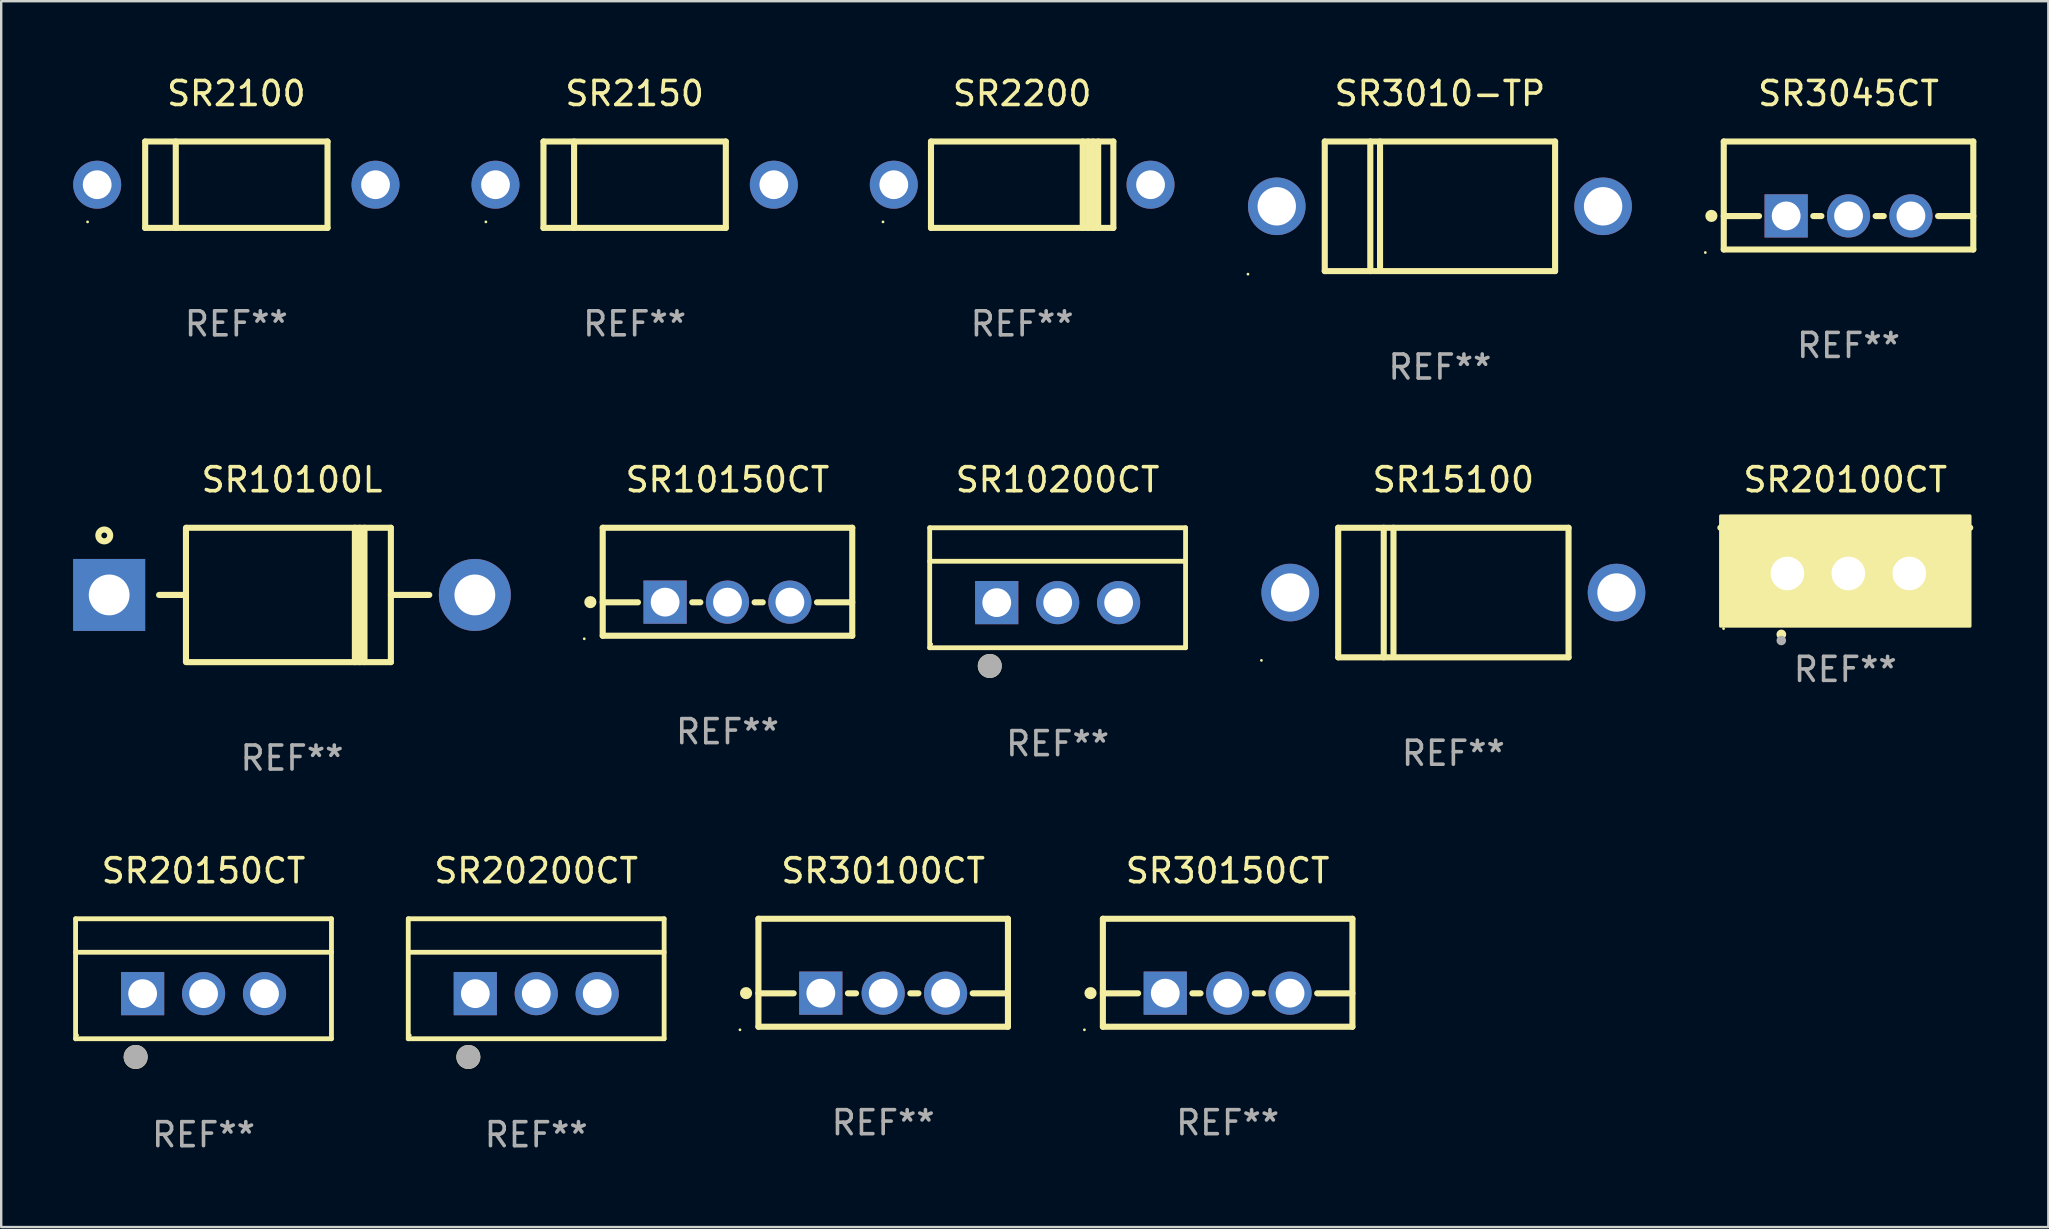
<source format=kicad_pcb>
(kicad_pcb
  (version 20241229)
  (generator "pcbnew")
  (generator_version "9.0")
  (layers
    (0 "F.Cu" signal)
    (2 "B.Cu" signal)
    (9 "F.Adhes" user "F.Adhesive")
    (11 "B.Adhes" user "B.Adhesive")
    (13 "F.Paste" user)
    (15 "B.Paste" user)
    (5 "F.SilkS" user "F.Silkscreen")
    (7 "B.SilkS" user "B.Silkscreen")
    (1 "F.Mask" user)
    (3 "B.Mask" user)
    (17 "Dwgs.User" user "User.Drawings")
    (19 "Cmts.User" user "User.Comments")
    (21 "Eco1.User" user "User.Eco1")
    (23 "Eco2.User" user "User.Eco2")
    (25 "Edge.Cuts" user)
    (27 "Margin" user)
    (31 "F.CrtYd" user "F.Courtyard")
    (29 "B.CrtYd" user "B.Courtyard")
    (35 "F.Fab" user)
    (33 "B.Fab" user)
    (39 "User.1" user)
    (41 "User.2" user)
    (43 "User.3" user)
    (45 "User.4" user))
  (footprint "SR20150CT"
    (layer "F.Cu")
    (at 5.432 37.741)
    (property "Reference" "SR20150CT" (at 0 -4.5 0) (layer "F.SilkS") (effects (font (size 1 1) (thickness 0.15))))
    (attr through_hole)
    (fp_line (start -5.332 2.5) (end -5.332 -2.5) (stroke (width 0.201) (type solid)) (layer "F.SilkS"))
    (fp_line (start -5.328 -2.5) (end 5.332 -2.5) (stroke (width 0.201) (type solid)) (layer "F.SilkS"))
    (fp_line (start -5.328 -1.104) (end 5.332 -1.104) (stroke (width 0.201) (type solid)) (layer "F.SilkS"))
    (fp_line (start 5.332 -2.5) (end 5.332 2.5) (stroke (width 0.201) (type solid)) (layer "F.SilkS"))
    (fp_line (start 5.332 2.5) (end -5.332 2.5) (stroke (width 0.201) (type solid)) (layer "F.SilkS"))
    (fp_circle (center -5.248 2.35) (end -5.218 2.35) (stroke (width 0.06) (type solid)) (fill no) (layer "F.SilkS"))
    (fp_circle (center -2.828 3.26) (end -2.578 3.26) (stroke (width 0.5) (type solid)) (fill no) (layer "F.SilkS"))
    (fp_circle (center -2.828 3.26) (end -2.578 3.26) (stroke (width 0.5) (type solid)) (fill no) (layer "F.Fab"))
    (fp_text user "REF**" (at 0 6.5 0) (layer "F.Fab") (effects (font (size 1 1) (thickness 0.15))))
    (pad "1" thru_hole rect (at -2.538 0.62) (size 1.8 1.8) (drill 1.2) (layers "*.Cu" "*.Mask"))
    (pad "2" thru_hole circle (at 0.002 0.62) (size 1.8 1.8) (drill 1.2) (layers "*.Cu" "*.Mask"))
    (pad "3" thru_hole circle (at 2.542 0.62) (size 1.8 1.8) (drill 1.2) (layers "*.Cu" "*.Mask")))
  (footprint "SR20100CT"
    (layer "F.Cu")
    (at 73.855 19.897)
    (property "Reference" "SR20100CT" (at 0 -2.953 0) (layer "F.SilkS") (effects (font (size 1 1) (thickness 0.15))))
    (attr through_hole)
    (fp_line (start 5.207 -0.953) (end -5.207 -0.953) (stroke (width 0.254) (type solid)) (layer "F.SilkS"))
    (fp_arc (start -2.66698 3.49252) (mid -2.66571 3.492516) (end -2.66444 3.49252) (stroke (width 0.4) (type solid)) (layer "F.SilkS"))
    (fp_circle (center -5.073 3.252) (end -5.043 3.252) (stroke (width 0.06) (type solid)) (fill no) (layer "F.SilkS"))
    (fp_poly (pts (xy -5.2 -1.448) (xy 5.2 -1.448) (xy 5.2 3.152) (xy -5.2 3.152)) (stroke (width 0.12) (type solid)) (fill yes) (layer "F.SilkS"))
    (fp_circle (center -2.667 3.747) (end -2.567 3.747) (stroke (width 0.2) (type solid)) (fill no) (layer "F.Fab"))
    (fp_text user "REF**" (at 0 4.953 0) (layer "F.Fab") (effects (font (size 1 1) (thickness 0.15))))
    (pad "1" thru_hole rect (at -2.413 0.953) (size 2 2.5) (drill 1.4) (layers "*.Cu" "*.Mask"))
    (pad "2" thru_hole oval (at 0.127 0.953) (size 2 2.5) (drill 1.4) (layers "*.Cu" "*.Mask"))
    (pad "3" thru_hole oval (at 2.667 0.953) (size 2 2.5) (drill 1.4) (layers "*.Cu" "*.Mask")))
  (footprint "SR3045CT"
    (layer "F.Cu")
    (at 73.99 5.098)
    (property "Reference" "SR3045CT" (at 0 -4.25 0) (layer "F.SilkS") (effects (font (size 1 1) (thickness 0.15))))
    (attr through_hole)
    (fp_line (start -5.2 -2.25) (end -5.2 2.25) (stroke (width 0.254) (type solid)) (layer "F.SilkS"))
    (fp_line (start -5.2 -2.25) (end 5.2 -2.25) (stroke (width 0.254) (type solid)) (layer "F.SilkS"))
    (fp_line (start -5.2 0.857) (end -3.731 0.857) (stroke (width 0.254) (type solid)) (layer "F.SilkS"))
    (fp_line (start -5.2 2.25) (end 5.2 2.25) (stroke (width 0.254) (type solid)) (layer "F.SilkS"))
    (fp_line (start -1.469 0.857) (end -1.131 0.857) (stroke (width 0.254) (type solid)) (layer "F.SilkS"))
    (fp_line (start 1.131 0.857) (end 1.469 0.857) (stroke (width 0.254) (type solid)) (layer "F.SilkS"))
    (fp_line (start 3.731 0.857) (end 5.2 0.857) (stroke (width 0.254) (type solid)) (layer "F.SilkS"))
    (fp_line (start 5.2 -2.25) (end 5.2 2.25) (stroke (width 0.254) (type solid)) (layer "F.SilkS"))
    (fp_circle (center -5.969 2.377) (end -5.939 2.377) (stroke (width 0.06) (type solid)) (fill no) (layer "F.SilkS"))
    (fp_circle (center -5.715 0.85) (end -5.588 0.85) (stroke (width 0.254) (type solid)) (fill no) (layer "F.SilkS"))
    (fp_text user "REF**" (at 0 6.25 0) (layer "F.Fab") (effects (font (size 1 1) (thickness 0.15))))
    (pad "1" thru_hole rect (at -2.6 0.85) (size 1.8 1.8) (drill 1.2) (layers "*.Cu" "*.Mask"))
    (pad "2" thru_hole circle (at 0 0.85) (size 1.8 1.8) (drill 1.2) (layers "*.Cu" "*.Mask"))
    (pad "3" thru_hole circle (at 2.6 0.85) (size 1.8 1.8) (drill 1.2) (layers "*.Cu" "*.Mask")))
  (footprint "SR30100CT"
    (layer "F.Cu")
    (at 33.758 37.491)
    (property "Reference" "SR30100CT" (at 0 -4.25 0) (layer "F.SilkS") (effects (font (size 1 1) (thickness 0.15))))
    (attr through_hole)
    (fp_line (start -5.2 -2.25) (end -5.2 2.25) (stroke (width 0.254) (type solid)) (layer "F.SilkS"))
    (fp_line (start -5.2 -2.25) (end 5.2 -2.25) (stroke (width 0.254) (type solid)) (layer "F.SilkS"))
    (fp_line (start -5.2 0.857) (end -3.731 0.857) (stroke (width 0.254) (type solid)) (layer "F.SilkS"))
    (fp_line (start -5.2 2.25) (end 5.2 2.25) (stroke (width 0.254) (type solid)) (layer "F.SilkS"))
    (fp_line (start -1.469 0.857) (end -1.131 0.857) (stroke (width 0.254) (type solid)) (layer "F.SilkS"))
    (fp_line (start 1.131 0.857) (end 1.469 0.857) (stroke (width 0.254) (type solid)) (layer "F.SilkS"))
    (fp_line (start 3.731 0.857) (end 5.2 0.857) (stroke (width 0.254) (type solid)) (layer "F.SilkS"))
    (fp_line (start 5.2 -2.25) (end 5.2 2.25) (stroke (width 0.254) (type solid)) (layer "F.SilkS"))
    (fp_circle (center -5.969 2.377) (end -5.939 2.377) (stroke (width 0.06) (type solid)) (fill no) (layer "F.SilkS"))
    (fp_circle (center -5.715 0.85) (end -5.588 0.85) (stroke (width 0.254) (type solid)) (fill no) (layer "F.SilkS"))
    (fp_text user "REF**" (at 0 6.25 0) (layer "F.Fab") (effects (font (size 1 1) (thickness 0.15))))
    (pad "1" thru_hole rect (at -2.6 0.85) (size 1.8 1.8) (drill 1.2) (layers "*.Cu" "*.Mask"))
    (pad "2" thru_hole circle (at 0 0.85) (size 1.8 1.8) (drill 1.2) (layers "*.Cu" "*.Mask"))
    (pad "3" thru_hole circle (at 2.6 0.85) (size 1.8 1.8) (drill 1.2) (layers "*.Cu" "*.Mask")))
  (footprint "SR3010-TP"
    (layer "F.Cu")
    (at 56.961 5.548)
    (property "Reference" "SR3010-TP" (at 0 -4.7 0) (layer "F.SilkS") (effects (font (size 1 1) (thickness 0.15))))
    (attr through_hole)
    (fp_line (start -4.8 -2.7) (end -4.8 2.7) (stroke (width 0.254) (type solid)) (layer "F.SilkS"))
    (fp_line (start -4.8 -2.7) (end 4.8 -2.7) (stroke (width 0.254) (type solid)) (layer "F.SilkS"))
    (fp_line (start -2.902 -2.7) (end -2.902 2.7) (stroke (width 0.254) (type solid)) (layer "F.SilkS"))
    (fp_line (start -2.496 -2.7) (end -2.496 2.54) (stroke (width 0.254) (type solid)) (layer "F.SilkS"))
    (fp_line (start 4.8 -2.7) (end 4.8 2.7) (stroke (width 0.254) (type solid)) (layer "F.SilkS"))
    (fp_line (start 4.8 2.7) (end -4.8 2.7) (stroke (width 0.254) (type solid)) (layer "F.SilkS"))
    (fp_circle (center -8 2.827) (end -7.97 2.827) (stroke (width 0.06) (type solid)) (fill no) (layer "F.SilkS"))
    (fp_text user "REF**" (at 0 6.7 0) (layer "F.Fab") (effects (font (size 1 1) (thickness 0.15))))
    (pad "1" thru_hole circle (at -6.8 0) (size 2.4 2.4) (drill 1.6) (layers "*.Cu" "*.Mask"))
    (pad "2" thru_hole circle (at 6.8 0) (size 2.4 2.4) (drill 1.6) (layers "*.Cu" "*.Mask")))
  (footprint "SR10150CT"
    (layer "F.Cu")
    (at 27.269 21.195)
    (property "Reference" "SR10150CT" (at 0 -4.25 0) (layer "F.SilkS") (effects (font (size 1 1) (thickness 0.15))))
    (attr through_hole)
    (fp_line (start -5.2 -2.25) (end -5.2 2.25) (stroke (width 0.254) (type solid)) (layer "F.SilkS"))
    (fp_line (start -5.2 -2.25) (end 5.2 -2.25) (stroke (width 0.254) (type solid)) (layer "F.SilkS"))
    (fp_line (start -5.2 0.857) (end -3.731 0.857) (stroke (width 0.254) (type solid)) (layer "F.SilkS"))
    (fp_line (start -5.2 2.25) (end 5.2 2.25) (stroke (width 0.254) (type solid)) (layer "F.SilkS"))
    (fp_line (start -1.469 0.857) (end -1.131 0.857) (stroke (width 0.254) (type solid)) (layer "F.SilkS"))
    (fp_line (start 1.131 0.857) (end 1.469 0.857) (stroke (width 0.254) (type solid)) (layer "F.SilkS"))
    (fp_line (start 3.731 0.857) (end 5.2 0.857) (stroke (width 0.254) (type solid)) (layer "F.SilkS"))
    (fp_line (start 5.2 -2.25) (end 5.2 2.25) (stroke (width 0.254) (type solid)) (layer "F.SilkS"))
    (fp_circle (center -5.969 2.377) (end -5.939 2.377) (stroke (width 0.06) (type solid)) (fill no) (layer "F.SilkS"))
    (fp_circle (center -5.715 0.85) (end -5.588 0.85) (stroke (width 0.254) (type solid)) (fill no) (layer "F.SilkS"))
    (fp_text user "REF**" (at 0 6.25 0) (layer "F.Fab") (effects (font (size 1 1) (thickness 0.15))))
    (pad "1" thru_hole rect (at -2.6 0.85) (size 1.8 1.8) (drill 1.2) (layers "*.Cu" "*.Mask"))
    (pad "2" thru_hole circle (at 0 0.85) (size 1.8 1.8) (drill 1.2) (layers "*.Cu" "*.Mask"))
    (pad "3" thru_hole circle (at 2.6 0.85) (size 1.8 1.8) (drill 1.2) (layers "*.Cu" "*.Mask")))
  (footprint "SR2100"
    (layer "F.Cu")
    (at 6.8 4.648)
    (property "Reference" "SR2100" (at 0 -3.8 0) (layer "F.SilkS") (effects (font (size 1 1) (thickness 0.15))))
    (attr through_hole)
    (fp_line (start -3.8 -1.8) (end -3.8 1.8) (stroke (width 0.254) (type solid)) (layer "F.SilkS"))
    (fp_line (start -3.8 -1.8) (end 3.8 -1.8) (stroke (width 0.254) (type solid)) (layer "F.SilkS"))
    (fp_line (start -3.8 1.8) (end 3.8 1.8) (stroke (width 0.254) (type solid)) (layer "F.SilkS"))
    (fp_line (start -2.524 -1.8) (end -2.524 1.8) (stroke (width 0.254) (type solid)) (layer "F.SilkS"))
    (fp_line (start 3.8 -1.8) (end 3.8 1.8) (stroke (width 0.254) (type solid)) (layer "F.SilkS"))
    (fp_circle (center -6.2 1.55) (end -6.17 1.55) (stroke (width 0.06) (type solid)) (fill no) (layer "F.SilkS"))
    (fp_text user "REF**" (at 0 5.8 0) (layer "F.Fab") (effects (font (size 1 1) (thickness 0.15))))
    (pad "1" thru_hole circle (at -5.8 0) (size 2 2) (drill 1.2) (layers "*.Cu" "*.Mask"))
    (pad "2" thru_hole circle (at 5.8 0) (size 2 2) (drill 1.2) (layers "*.Cu" "*.Mask")))
  (footprint "SR20200CT"
    (layer "F.Cu")
    (at 19.297 37.741)
    (property "Reference" "SR20200CT" (at 0 -4.5 0) (layer "F.SilkS") (effects (font (size 1 1) (thickness 0.15))))
    (attr through_hole)
    (fp_line (start -5.332 2.5) (end -5.332 -2.5) (stroke (width 0.201) (type solid)) (layer "F.SilkS"))
    (fp_line (start -5.328 -2.5) (end 5.332 -2.5) (stroke (width 0.201) (type solid)) (layer "F.SilkS"))
    (fp_line (start -5.328 -1.104) (end 5.332 -1.104) (stroke (width 0.201) (type solid)) (layer "F.SilkS"))
    (fp_line (start 5.332 -2.5) (end 5.332 2.5) (stroke (width 0.201) (type solid)) (layer "F.SilkS"))
    (fp_line (start 5.332 2.5) (end -5.332 2.5) (stroke (width 0.201) (type solid)) (layer "F.SilkS"))
    (fp_circle (center -5.248 2.35) (end -5.218 2.35) (stroke (width 0.06) (type solid)) (fill no) (layer "F.SilkS"))
    (fp_circle (center -2.828 3.26) (end -2.578 3.26) (stroke (width 0.5) (type solid)) (fill no) (layer "F.SilkS"))
    (fp_circle (center -2.828 3.26) (end -2.578 3.26) (stroke (width 0.5) (type solid)) (fill no) (layer "F.Fab"))
    (fp_text user "REF**" (at 0 6.5 0) (layer "F.Fab") (effects (font (size 1 1) (thickness 0.15))))
    (pad "1" thru_hole rect (at -2.538 0.62) (size 1.8 1.8) (drill 1.2) (layers "*.Cu" "*.Mask"))
    (pad "2" thru_hole circle (at 0.002 0.62) (size 1.8 1.8) (drill 1.2) (layers "*.Cu" "*.Mask"))
    (pad "3" thru_hole circle (at 2.542 0.62) (size 1.8 1.8) (drill 1.2) (layers "*.Cu" "*.Mask")))
  (footprint "SR10100L"
    (layer "F.Cu")
    (at 9.12 21.745)
    (property "Reference" "SR10100L" (at 0 -4.8 0) (layer "F.SilkS") (effects (font (size 1 1) (thickness 0.15))))
    (attr through_hole)
    (fp_line (start -5.54 0) (end -4.44 0) (stroke (width 0.254) (type solid)) (layer "F.SilkS"))
    (fp_line (start -4.42 2.8) (end -4.42 -2.8) (stroke (width 0.254) (type solid)) (layer "F.SilkS"))
    (fp_line (start -4.38 -2.8) (end 4.12 -2.8) (stroke (width 0.254) (type solid)) (layer "F.SilkS"))
    (fp_line (start 2.62 -2.8) (end 2.62 2.8) (stroke (width 0.254) (type solid)) (layer "F.SilkS"))
    (fp_line (start 2.82 -2.8) (end 2.82 2.8) (stroke (width 0.254) (type solid)) (layer "F.SilkS"))
    (fp_line (start 3.02 -2.8) (end 3.02 2.8) (stroke (width 0.254) (type solid)) (layer "F.SilkS"))
    (fp_line (start 4.12 -2.8) (end 4.12 2.8) (stroke (width 0.254) (type solid)) (layer "F.SilkS"))
    (fp_line (start 4.12 0) (end 5.72 0) (stroke (width 0.254) (type solid)) (layer "F.SilkS"))
    (fp_line (start 4.12 2.8) (end -4.38 2.8) (stroke (width 0.254) (type solid)) (layer "F.SilkS"))
    (fp_circle (center -7.825 -2.48) (end -7.705 -2.48) (stroke (width 0.254) (type solid)) (fill no) (layer "F.SilkS"))
    (fp_text user "REF**" (at 0 6.8 0) (layer "F.Fab") (effects (font (size 1 1) (thickness 0.15))))
    (pad "1" thru_hole rect (at -7.62 0 180) (size 3 3) (drill 1.7) (layers "*.Cu" "*.Mask"))
    (pad "2" thru_hole circle (at 7.62 0) (size 3 3) (drill 1.7) (layers "*.Cu" "*.Mask")))
  (footprint "SR2150"
    (layer "F.Cu")
    (at 23.4 4.648)
    (property "Reference" "SR2150" (at 0 -3.8 0) (layer "F.SilkS") (effects (font (size 1 1) (thickness 0.15))))
    (attr through_hole)
    (fp_line (start -3.8 -1.8) (end -3.8 1.8) (stroke (width 0.254) (type solid)) (layer "F.SilkS"))
    (fp_line (start -3.8 -1.8) (end 3.8 -1.8) (stroke (width 0.254) (type solid)) (layer "F.SilkS"))
    (fp_line (start -3.8 1.8) (end 3.8 1.8) (stroke (width 0.254) (type solid)) (layer "F.SilkS"))
    (fp_line (start -2.524 -1.8) (end -2.524 1.8) (stroke (width 0.254) (type solid)) (layer "F.SilkS"))
    (fp_line (start 3.8 -1.8) (end 3.8 1.8) (stroke (width 0.254) (type solid)) (layer "F.SilkS"))
    (fp_circle (center -6.2 1.55) (end -6.17 1.55) (stroke (width 0.06) (type solid)) (fill no) (layer "F.SilkS"))
    (fp_text user "REF**" (at 0 5.8 0) (layer "F.Fab") (effects (font (size 1 1) (thickness 0.15))))
    (pad "1" thru_hole circle (at -5.8 0) (size 2 2) (drill 1.2) (layers "*.Cu" "*.Mask"))
    (pad "2" thru_hole circle (at 5.8 0) (size 2 2) (drill 1.2) (layers "*.Cu" "*.Mask")))
  (footprint "SR15100"
    (layer "F.Cu")
    (at 57.521 21.645)
    (property "Reference" "SR15100" (at 0 -4.7 0) (layer "F.SilkS") (effects (font (size 1 1) (thickness 0.15))))
    (attr through_hole)
    (fp_line (start -4.8 -2.7) (end -4.8 2.7) (stroke (width 0.254) (type solid)) (layer "F.SilkS"))
    (fp_line (start -4.8 -2.7) (end 4.8 -2.7) (stroke (width 0.254) (type solid)) (layer "F.SilkS"))
    (fp_line (start -2.902 -2.7) (end -2.902 2.7) (stroke (width 0.254) (type solid)) (layer "F.SilkS"))
    (fp_line (start -2.496 -2.7) (end -2.496 2.54) (stroke (width 0.254) (type solid)) (layer "F.SilkS"))
    (fp_line (start 4.8 -2.7) (end 4.8 2.7) (stroke (width 0.254) (type solid)) (layer "F.SilkS"))
    (fp_line (start 4.8 2.7) (end -4.8 2.7) (stroke (width 0.254) (type solid)) (layer "F.SilkS"))
    (fp_circle (center -8 2.827) (end -7.97 2.827) (stroke (width 0.06) (type solid)) (fill no) (layer "F.SilkS"))
    (fp_text user "REF**" (at 0 6.7 0) (layer "F.Fab") (effects (font (size 1 1) (thickness 0.15))))
    (pad "1" thru_hole circle (at -6.8 0) (size 2.4 2.4) (drill 1.6) (layers "*.Cu" "*.Mask"))
    (pad "2" thru_hole circle (at 6.8 0) (size 2.4 2.4) (drill 1.6) (layers "*.Cu" "*.Mask")))
  (footprint "SR10200CT"
    (layer "F.Cu")
    (at 41.028 21.445)
    (property "Reference" "SR10200CT" (at 0 -4.5 0) (layer "F.SilkS") (effects (font (size 1 1) (thickness 0.15))))
    (attr through_hole)
    (fp_line (start -5.332 2.5) (end -5.332 -2.5) (stroke (width 0.201) (type solid)) (layer "F.SilkS"))
    (fp_line (start -5.328 -2.5) (end 5.332 -2.5) (stroke (width 0.201) (type solid)) (layer "F.SilkS"))
    (fp_line (start -5.328 -1.104) (end 5.332 -1.104) (stroke (width 0.201) (type solid)) (layer "F.SilkS"))
    (fp_line (start 5.332 -2.5) (end 5.332 2.5) (stroke (width 0.201) (type solid)) (layer "F.SilkS"))
    (fp_line (start 5.332 2.5) (end -5.332 2.5) (stroke (width 0.201) (type solid)) (layer "F.SilkS"))
    (fp_circle (center -5.248 2.35) (end -5.218 2.35) (stroke (width 0.06) (type solid)) (fill no) (layer "F.SilkS"))
    (fp_circle (center -2.828 3.26) (end -2.578 3.26) (stroke (width 0.5) (type solid)) (fill no) (layer "F.SilkS"))
    (fp_circle (center -2.828 3.26) (end -2.578 3.26) (stroke (width 0.5) (type solid)) (fill no) (layer "F.Fab"))
    (fp_text user "REF**" (at 0 6.5 0) (layer "F.Fab") (effects (font (size 1 1) (thickness 0.15))))
    (pad "1" thru_hole rect (at -2.538 0.62) (size 1.8 1.8) (drill 1.2) (layers "*.Cu" "*.Mask"))
    (pad "2" thru_hole circle (at 0.002 0.62) (size 1.8 1.8) (drill 1.2) (layers "*.Cu" "*.Mask"))
    (pad "3" thru_hole circle (at 2.542 0.62) (size 1.8 1.8) (drill 1.2) (layers "*.Cu" "*.Mask")))
  (footprint "SR2200"
    (layer "F.Cu")
    (at 39.55 4.648)
    (property "Reference" "SR2200" (at 0 -3.8 0) (layer "F.SilkS") (effects (font (size 1 1) (thickness 0.15))))
    (attr through_hole)
    (fp_line (start -3.8 1.8) (end -3.8 -1.8) (stroke (width 0.254) (type solid)) (layer "F.SilkS"))
    (fp_line (start 2.524 1.8) (end 2.524 -1.8) (stroke (width 0.254) (type solid)) (layer "F.SilkS"))
    (fp_line (start 2.75 1.8) (end 2.75 -1.8) (stroke (width 0.254) (type solid)) (layer "F.SilkS"))
    (fp_line (start 2.95 -1.8) (end 2.95 1.8) (stroke (width 0.254) (type solid)) (layer "F.SilkS"))
    (fp_line (start 3.168 -1.8) (end 3.168 1.8) (stroke (width 0.254) (type solid)) (layer "F.SilkS"))
    (fp_line (start 3.8 1.8) (end -3.8 1.8) (stroke (width 0.254) (type solid)) (layer "F.SilkS"))
    (fp_line (start 3.8 1.8) (end 3.8 -1.8) (stroke (width 0.254) (type solid)) (layer "F.SilkS"))
    (fp_line (start 3.8 -1.8) (end -3.8 -1.8) (stroke (width 0.254) (type solid)) (layer "F.SilkS"))
    (fp_circle (center -5.8 1.55) (end -5.77 1.55) (stroke (width 0.06) (type solid)) (fill no) (layer "F.SilkS"))
    (fp_text user "REF**" (at 0 5.8 0) (layer "F.Fab") (effects (font (size 1 1) (thickness 0.15))))
    (pad "1" thru_hole circle (at -5.35 0) (size 2 2) (drill 1.2) (layers "*.Cu" "*.Mask"))
    (pad "2" thru_hole circle (at 5.35 0) (size 2 2) (drill 1.2) (layers "*.Cu" "*.Mask")))
  (footprint "SR30150CT"
    (layer "F.Cu")
    (at 48.114 37.491)
    (property "Reference" "SR30150CT" (at 0 -4.25 0) (layer "F.SilkS") (effects (font (size 1 1) (thickness 0.15))))
    (attr through_hole)
    (fp_line (start -5.2 -2.25) (end -5.2 2.25) (stroke (width 0.254) (type solid)) (layer "F.SilkS"))
    (fp_line (start -5.2 -2.25) (end 5.2 -2.25) (stroke (width 0.254) (type solid)) (layer "F.SilkS"))
    (fp_line (start -5.2 0.857) (end -3.731 0.857) (stroke (width 0.254) (type solid)) (layer "F.SilkS"))
    (fp_line (start -5.2 2.25) (end 5.2 2.25) (stroke (width 0.254) (type solid)) (layer "F.SilkS"))
    (fp_line (start -1.469 0.857) (end -1.131 0.857) (stroke (width 0.254) (type solid)) (layer "F.SilkS"))
    (fp_line (start 1.131 0.857) (end 1.469 0.857) (stroke (width 0.254) (type solid)) (layer "F.SilkS"))
    (fp_line (start 3.731 0.857) (end 5.2 0.857) (stroke (width 0.254) (type solid)) (layer "F.SilkS"))
    (fp_line (start 5.2 -2.25) (end 5.2 2.25) (stroke (width 0.254) (type solid)) (layer "F.SilkS"))
    (fp_circle (center -5.969 2.377) (end -5.939 2.377) (stroke (width 0.06) (type solid)) (fill no) (layer "F.SilkS"))
    (fp_circle (center -5.715 0.85) (end -5.588 0.85) (stroke (width 0.254) (type solid)) (fill no) (layer "F.SilkS"))
    (fp_text user "REF**" (at 0 6.25 0) (layer "F.Fab") (effects (font (size 1 1) (thickness 0.15))))
    (pad "1" thru_hole rect (at -2.6 0.85) (size 1.8 1.8) (drill 1.2) (layers "*.Cu" "*.Mask"))
    (pad "2" thru_hole circle (at 0 0.85) (size 1.8 1.8) (drill 1.2) (layers "*.Cu" "*.Mask"))
    (pad "3" thru_hole circle (at 2.6 0.85) (size 1.8 1.8) (drill 1.2) (layers "*.Cu" "*.Mask")))
  (gr_rect
    (start -3 -3)
    (end 82.317 48.09)
    (stroke (width 0.1) (type default))
    (fill no)
    (layer "Edge.Cuts")))
</source>
